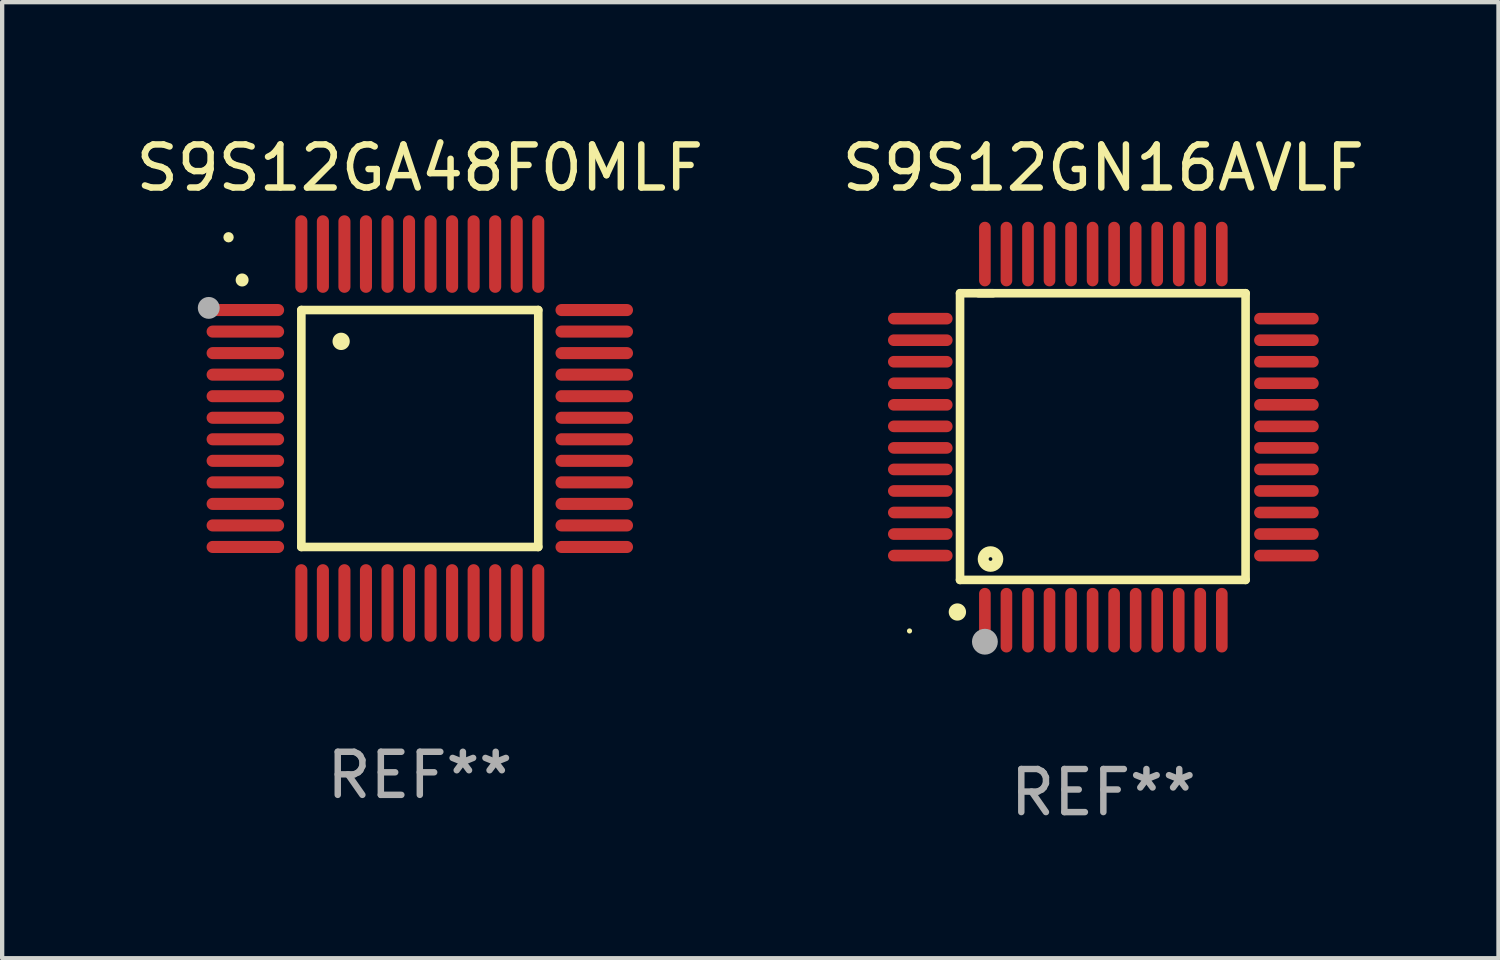
<source format=kicad_pcb>
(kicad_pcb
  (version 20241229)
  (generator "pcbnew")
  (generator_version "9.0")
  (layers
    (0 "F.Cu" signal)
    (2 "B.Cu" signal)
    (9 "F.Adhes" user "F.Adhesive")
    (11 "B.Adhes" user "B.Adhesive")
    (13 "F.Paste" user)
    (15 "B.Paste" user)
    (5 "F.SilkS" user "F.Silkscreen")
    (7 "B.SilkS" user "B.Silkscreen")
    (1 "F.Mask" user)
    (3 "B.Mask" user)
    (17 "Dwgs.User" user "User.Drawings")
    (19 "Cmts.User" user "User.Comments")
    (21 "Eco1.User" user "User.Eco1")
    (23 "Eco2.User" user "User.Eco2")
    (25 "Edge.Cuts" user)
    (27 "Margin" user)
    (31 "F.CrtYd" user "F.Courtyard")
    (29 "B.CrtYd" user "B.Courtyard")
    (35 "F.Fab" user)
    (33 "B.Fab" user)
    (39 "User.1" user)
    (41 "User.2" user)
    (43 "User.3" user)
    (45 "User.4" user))
  (footprint "S9S12GA48F0MLF"
    (layer "F.Cu")
    (at 6.696 6.898)
    (property "Reference" "S9S12GA48F0MLF" (at 0 -6.05 0) (layer "F.SilkS") (effects (font (size 1 1) (thickness 0.15))))
    (attr through_hole)
    (fp_line (start -2.75 -2.75) (end 2.75 -2.75) (stroke (width 0.2) (type solid)) (layer "F.SilkS"))
    (fp_line (start -2.75 2.75) (end -2.75 -2.75) (stroke (width 0.2) (type solid)) (layer "F.SilkS"))
    (fp_line (start 2.75 -2.75) (end 2.75 2.75) (stroke (width 0.2) (type solid)) (layer "F.SilkS"))
    (fp_line (start 2.75 2.75) (end -2.75 2.75) (stroke (width 0.2) (type solid)) (layer "F.SilkS"))
    (fp_arc (start -4.124968 -3.446787) (mid -4.124973 -3.448057) (end -4.124968 -3.449327) (stroke (width 0.3) (type solid)) (layer "F.SilkS"))
    (fp_arc (start -1.826264 -2.021844) (mid -1.826268 -2.023114) (end -1.826264 -2.024384) (stroke (width 0.4) (type solid)) (layer "F.SilkS"))
    (fp_circle (center -4.44 -4.44) (end -4.38 -4.44) (stroke (width 0.12) (type solid)) (fill no) (layer "F.SilkS"))
    (fp_circle (center -4.9 -2.8) (end -4.773 -2.8) (stroke (width 0.254) (type solid)) (fill no) (layer "F.Fab"))
    (fp_text user "REF**" (at 0 8.05 0) (layer "F.Fab") (effects (font (size 1 1) (thickness 0.15))))
    (pad "1" smd oval (at -4.05 -2.75 90) (size 0.28 1.8) (layers "F.Cu" "F.Mask" "F.Paste"))
    (pad "2" smd oval (at -4.05 -2.25 90) (size 0.28 1.8) (layers "F.Cu" "F.Mask" "F.Paste"))
    (pad "3" smd oval (at -4.05 -1.75 90) (size 0.28 1.8) (layers "F.Cu" "F.Mask" "F.Paste"))
    (pad "4" smd oval (at -4.05 -1.25 90) (size 0.28 1.8) (layers "F.Cu" "F.Mask" "F.Paste"))
    (pad "5" smd oval (at -4.05 -0.75 90) (size 0.28 1.8) (layers "F.Cu" "F.Mask" "F.Paste"))
    (pad "6" smd oval (at -4.05 -0.25 90) (size 0.28 1.8) (layers "F.Cu" "F.Mask" "F.Paste"))
    (pad "7" smd oval (at -4.05 0.25 90) (size 0.28 1.8) (layers "F.Cu" "F.Mask" "F.Paste"))
    (pad "8" smd oval (at -4.05 0.75 90) (size 0.28 1.8) (layers "F.Cu" "F.Mask" "F.Paste"))
    (pad "9" smd oval (at -4.05 1.25 90) (size 0.28 1.8) (layers "F.Cu" "F.Mask" "F.Paste"))
    (pad "10" smd oval (at -4.05 1.75 90) (size 0.28 1.8) (layers "F.Cu" "F.Mask" "F.Paste"))
    (pad "11" smd oval (at -4.05 2.25 90) (size 0.28 1.8) (layers "F.Cu" "F.Mask" "F.Paste"))
    (pad "12" smd oval (at -4.05 2.75 90) (size 0.28 1.8) (layers "F.Cu" "F.Mask" "F.Paste"))
    (pad "13" smd oval (at -2.75 4.05) (size 0.28 1.8) (layers "F.Cu" "F.Mask" "F.Paste"))
    (pad "14" smd oval (at -2.25 4.05) (size 0.28 1.8) (layers "F.Cu" "F.Mask" "F.Paste"))
    (pad "15" smd oval (at -1.75 4.05) (size 0.28 1.8) (layers "F.Cu" "F.Mask" "F.Paste"))
    (pad "16" smd oval (at -1.25 4.05) (size 0.28 1.8) (layers "F.Cu" "F.Mask" "F.Paste"))
    (pad "17" smd oval (at -0.75 4.05) (size 0.28 1.8) (layers "F.Cu" "F.Mask" "F.Paste"))
    (pad "18" smd oval (at -0.25 4.05) (size 0.28 1.8) (layers "F.Cu" "F.Mask" "F.Paste"))
    (pad "19" smd oval (at 0.25 4.05) (size 0.28 1.8) (layers "F.Cu" "F.Mask" "F.Paste"))
    (pad "20" smd oval (at 0.75 4.05) (size 0.28 1.8) (layers "F.Cu" "F.Mask" "F.Paste"))
    (pad "21" smd oval (at 1.25 4.05) (size 0.28 1.8) (layers "F.Cu" "F.Mask" "F.Paste"))
    (pad "22" smd oval (at 1.75 4.05) (size 0.28 1.8) (layers "F.Cu" "F.Mask" "F.Paste"))
    (pad "23" smd oval (at 2.25 4.05) (size 0.28 1.8) (layers "F.Cu" "F.Mask" "F.Paste"))
    (pad "24" smd oval (at 2.75 4.05) (size 0.28 1.8) (layers "F.Cu" "F.Mask" "F.Paste"))
    (pad "25" smd oval (at 4.05 2.75 90) (size 0.28 1.8) (layers "F.Cu" "F.Mask" "F.Paste"))
    (pad "26" smd oval (at 4.05 2.25 90) (size 0.28 1.8) (layers "F.Cu" "F.Mask" "F.Paste"))
    (pad "27" smd oval (at 4.05 1.75 90) (size 0.28 1.8) (layers "F.Cu" "F.Mask" "F.Paste"))
    (pad "28" smd oval (at 4.05 1.25 90) (size 0.28 1.8) (layers "F.Cu" "F.Mask" "F.Paste"))
    (pad "29" smd oval (at 4.05 0.75 90) (size 0.28 1.8) (layers "F.Cu" "F.Mask" "F.Paste"))
    (pad "30" smd oval (at 4.05 0.25 90) (size 0.28 1.8) (layers "F.Cu" "F.Mask" "F.Paste"))
    (pad "31" smd oval (at 4.05 -0.25 90) (size 0.28 1.8) (layers "F.Cu" "F.Mask" "F.Paste"))
    (pad "32" smd oval (at 4.05 -0.75 90) (size 0.28 1.8) (layers "F.Cu" "F.Mask" "F.Paste"))
    (pad "33" smd oval (at 4.05 -1.25 90) (size 0.28 1.8) (layers "F.Cu" "F.Mask" "F.Paste"))
    (pad "34" smd oval (at 4.05 -1.75 90) (size 0.28 1.8) (layers "F.Cu" "F.Mask" "F.Paste"))
    (pad "35" smd oval (at 4.05 -2.25 90) (size 0.28 1.8) (layers "F.Cu" "F.Mask" "F.Paste"))
    (pad "36" smd oval (at 4.05 -2.75 90) (size 0.28 1.8) (layers "F.Cu" "F.Mask" "F.Paste"))
    (pad "37" smd oval (at 2.75 -4.05) (size 0.28 1.8) (layers "F.Cu" "F.Mask" "F.Paste"))
    (pad "38" smd oval (at 2.25 -4.05) (size 0.28 1.8) (layers "F.Cu" "F.Mask" "F.Paste"))
    (pad "39" smd oval (at 1.75 -4.05) (size 0.28 1.8) (layers "F.Cu" "F.Mask" "F.Paste"))
    (pad "40" smd oval (at 1.25 -4.05) (size 0.28 1.8) (layers "F.Cu" "F.Mask" "F.Paste"))
    (pad "41" smd oval (at 0.75 -4.05) (size 0.28 1.8) (layers "F.Cu" "F.Mask" "F.Paste"))
    (pad "42" smd oval (at 0.25 -4.05) (size 0.28 1.8) (layers "F.Cu" "F.Mask" "F.Paste"))
    (pad "43" smd oval (at -0.25 -4.05) (size 0.28 1.8) (layers "F.Cu" "F.Mask" "F.Paste"))
    (pad "44" smd oval (at -0.75 -4.05) (size 0.28 1.8) (layers "F.Cu" "F.Mask" "F.Paste"))
    (pad "45" smd oval (at -1.25 -4.05) (size 0.28 1.8) (layers "F.Cu" "F.Mask" "F.Paste"))
    (pad "46" smd oval (at -1.75 -4.05) (size 0.28 1.8) (layers "F.Cu" "F.Mask" "F.Paste"))
    (pad "47" smd oval (at -2.25 -4.05) (size 0.28 1.8) (layers "F.Cu" "F.Mask" "F.Paste"))
    (pad "48" smd oval (at -2.75 -4.05) (size 0.28 1.8) (layers "F.Cu" "F.Mask" "F.Paste")))
  (footprint "S9S12GN16AVLF"
    (layer "F.Cu")
    (at 22.565 7.098)
    (property "Reference" "S9S12GN16AVLF" (at 0 -6.25 0) (layer "F.SilkS") (effects (font (size 1 1) (thickness 0.15))))
    (attr through_hole)
    (fp_line (start -3.327 -3.34) (end -2.565 -3.34) (stroke (width 0.2) (type solid)) (layer "F.SilkS"))
    (fp_line (start -3.327 3.315) (end -3.327 -3.34) (stroke (width 0.2) (type solid)) (layer "F.SilkS"))
    (fp_line (start -2.896 -3.34) (end 3.302 -3.34) (stroke (width 0.2) (type solid)) (layer "F.SilkS"))
    (fp_line (start 3.302 -3.34) (end 3.302 3.315) (stroke (width 0.2) (type solid)) (layer "F.SilkS"))
    (fp_line (start 3.302 3.315) (end -3.327 3.315) (stroke (width 0.2) (type solid)) (layer "F.SilkS"))
    (fp_arc (start -3.389992 4.059995) (mid -3.388722 4.059991) (end -3.387452 4.059995) (stroke (width 0.4) (type solid)) (layer "F.SilkS"))
    (fp_circle (center -4.5 4.5) (end -4.47 4.5) (stroke (width 0.06) (type solid)) (fill no) (layer "F.SilkS"))
    (fp_circle (center -2.62 2.83) (end -2.45 2.83) (stroke (width 0.254) (type solid)) (fill no) (layer "F.SilkS"))
    (fp_circle (center -2.75 4.75) (end -2.6 4.75) (stroke (width 0.3) (type solid)) (fill no) (layer "F.Fab"))
    (fp_text user "REF**" (at 0 8.25 0) (layer "F.Fab") (effects (font (size 1 1) (thickness 0.15))))
    (pad "1" smd oval (at -2.75 4.25) (size 0.27 1.5) (layers "F.Cu" "F.Mask" "F.Paste"))
    (pad "2" smd oval (at -2.25 4.25) (size 0.27 1.5) (layers "F.Cu" "F.Mask" "F.Paste"))
    (pad "3" smd oval (at -1.75 4.25) (size 0.27 1.5) (layers "F.Cu" "F.Mask" "F.Paste"))
    (pad "4" smd oval (at -1.25 4.25) (size 0.27 1.5) (layers "F.Cu" "F.Mask" "F.Paste"))
    (pad "5" smd oval (at -0.75 4.25) (size 0.27 1.5) (layers "F.Cu" "F.Mask" "F.Paste"))
    (pad "6" smd oval (at -0.25 4.25) (size 0.27 1.5) (layers "F.Cu" "F.Mask" "F.Paste"))
    (pad "7" smd oval (at 0.25 4.25) (size 0.27 1.5) (layers "F.Cu" "F.Mask" "F.Paste"))
    (pad "8" smd oval (at 0.75 4.25) (size 0.27 1.5) (layers "F.Cu" "F.Mask" "F.Paste"))
    (pad "9" smd oval (at 1.25 4.25) (size 0.27 1.5) (layers "F.Cu" "F.Mask" "F.Paste"))
    (pad "10" smd oval (at 1.75 4.25) (size 0.27 1.5) (layers "F.Cu" "F.Mask" "F.Paste"))
    (pad "11" smd oval (at 2.25 4.25) (size 0.27 1.5) (layers "F.Cu" "F.Mask" "F.Paste"))
    (pad "12" smd oval (at 2.75 4.25) (size 0.27 1.5) (layers "F.Cu" "F.Mask" "F.Paste"))
    (pad "13" smd oval (at 4.25 2.75) (size 1.5 0.27) (layers "F.Cu" "F.Mask" "F.Paste"))
    (pad "14" smd oval (at 4.25 2.25) (size 1.5 0.27) (layers "F.Cu" "F.Mask" "F.Paste"))
    (pad "15" smd oval (at 4.25 1.75) (size 1.5 0.27) (layers "F.Cu" "F.Mask" "F.Paste"))
    (pad "16" smd oval (at 4.25 1.25) (size 1.5 0.27) (layers "F.Cu" "F.Mask" "F.Paste"))
    (pad "17" smd oval (at 4.25 0.75) (size 1.5 0.27) (layers "F.Cu" "F.Mask" "F.Paste"))
    (pad "18" smd oval (at 4.25 0.25) (size 1.5 0.27) (layers "F.Cu" "F.Mask" "F.Paste"))
    (pad "19" smd oval (at 4.25 -0.25) (size 1.5 0.27) (layers "F.Cu" "F.Mask" "F.Paste"))
    (pad "20" smd oval (at 4.25 -0.75) (size 1.5 0.27) (layers "F.Cu" "F.Mask" "F.Paste"))
    (pad "21" smd oval (at 4.25 -1.25) (size 1.5 0.27) (layers "F.Cu" "F.Mask" "F.Paste"))
    (pad "22" smd oval (at 4.25 -1.75) (size 1.5 0.27) (layers "F.Cu" "F.Mask" "F.Paste"))
    (pad "23" smd oval (at 4.25 -2.25) (size 1.5 0.27) (layers "F.Cu" "F.Mask" "F.Paste"))
    (pad "24" smd oval (at 4.25 -2.75) (size 1.5 0.27) (layers "F.Cu" "F.Mask" "F.Paste"))
    (pad "25" smd oval (at 2.75 -4.25) (size 0.27 1.5) (layers "F.Cu" "F.Mask" "F.Paste"))
    (pad "26" smd oval (at 2.25 -4.25) (size 0.27 1.5) (layers "F.Cu" "F.Mask" "F.Paste"))
    (pad "27" smd oval (at 1.75 -4.25) (size 0.27 1.5) (layers "F.Cu" "F.Mask" "F.Paste"))
    (pad "28" smd oval (at 1.25 -4.25) (size 0.27 1.5) (layers "F.Cu" "F.Mask" "F.Paste"))
    (pad "29" smd oval (at 0.75 -4.25) (size 0.27 1.5) (layers "F.Cu" "F.Mask" "F.Paste"))
    (pad "30" smd oval (at 0.25 -4.25) (size 0.27 1.5) (layers "F.Cu" "F.Mask" "F.Paste"))
    (pad "31" smd oval (at -0.25 -4.25) (size 0.27 1.5) (layers "F.Cu" "F.Mask" "F.Paste"))
    (pad "32" smd oval (at -0.75 -4.25) (size 0.27 1.5) (layers "F.Cu" "F.Mask" "F.Paste"))
    (pad "33" smd oval (at -1.25 -4.25) (size 0.27 1.5) (layers "F.Cu" "F.Mask" "F.Paste"))
    (pad "34" smd oval (at -1.75 -4.25) (size 0.27 1.5) (layers "F.Cu" "F.Mask" "F.Paste"))
    (pad "35" smd oval (at -2.25 -4.25) (size 0.27 1.5) (layers "F.Cu" "F.Mask" "F.Paste"))
    (pad "36" smd oval (at -2.75 -4.25) (size 0.27 1.5) (layers "F.Cu" "F.Mask" "F.Paste"))
    (pad "37" smd oval (at -4.25 -2.75) (size 1.5 0.27) (layers "F.Cu" "F.Mask" "F.Paste"))
    (pad "38" smd oval (at -4.25 -2.25) (size 1.5 0.27) (layers "F.Cu" "F.Mask" "F.Paste"))
    (pad "39" smd oval (at -4.25 -1.75) (size 1.5 0.27) (layers "F.Cu" "F.Mask" "F.Paste"))
    (pad "40" smd oval (at -4.25 -1.25) (size 1.5 0.27) (layers "F.Cu" "F.Mask" "F.Paste"))
    (pad "41" smd oval (at -4.25 -0.75) (size 1.5 0.27) (layers "F.Cu" "F.Mask" "F.Paste"))
    (pad "42" smd oval (at -4.25 -0.25) (size 1.5 0.27) (layers "F.Cu" "F.Mask" "F.Paste"))
    (pad "43" smd oval (at -4.25 0.25) (size 1.5 0.27) (layers "F.Cu" "F.Mask" "F.Paste"))
    (pad "44" smd oval (at -4.25 0.75) (size 1.5 0.27) (layers "F.Cu" "F.Mask" "F.Paste"))
    (pad "45" smd oval (at -4.25 1.25) (size 1.5 0.27) (layers "F.Cu" "F.Mask" "F.Paste"))
    (pad "46" smd oval (at -4.25 1.75) (size 1.5 0.27) (layers "F.Cu" "F.Mask" "F.Paste"))
    (pad "47" smd oval (at -4.25 2.25) (size 1.5 0.27) (layers "F.Cu" "F.Mask" "F.Paste"))
    (pad "48" smd oval (at -4.25 2.75) (size 1.5 0.27) (layers "F.Cu" "F.Mask" "F.Paste")))
  (gr_rect
    (start -3 -3)
    (end 31.738 19.196)
    (stroke (width 0.1) (type default))
    (fill no)
    (layer "Edge.Cuts")))
</source>
